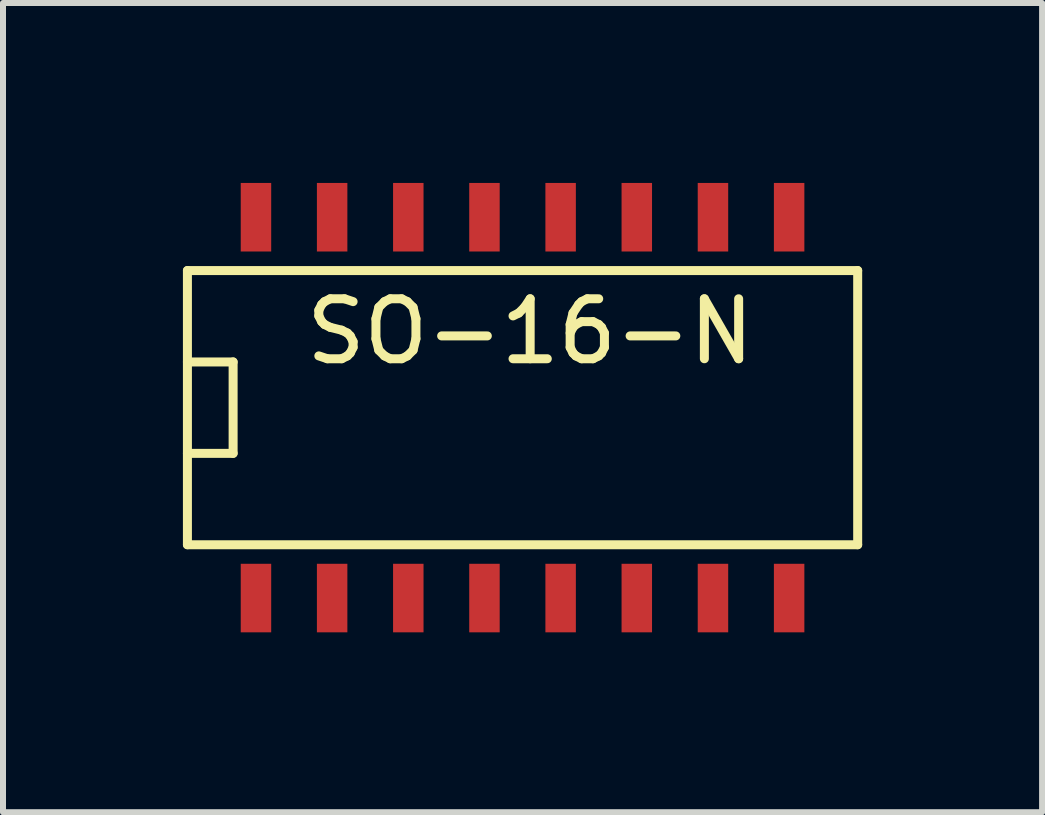
<source format=kicad_pcb>
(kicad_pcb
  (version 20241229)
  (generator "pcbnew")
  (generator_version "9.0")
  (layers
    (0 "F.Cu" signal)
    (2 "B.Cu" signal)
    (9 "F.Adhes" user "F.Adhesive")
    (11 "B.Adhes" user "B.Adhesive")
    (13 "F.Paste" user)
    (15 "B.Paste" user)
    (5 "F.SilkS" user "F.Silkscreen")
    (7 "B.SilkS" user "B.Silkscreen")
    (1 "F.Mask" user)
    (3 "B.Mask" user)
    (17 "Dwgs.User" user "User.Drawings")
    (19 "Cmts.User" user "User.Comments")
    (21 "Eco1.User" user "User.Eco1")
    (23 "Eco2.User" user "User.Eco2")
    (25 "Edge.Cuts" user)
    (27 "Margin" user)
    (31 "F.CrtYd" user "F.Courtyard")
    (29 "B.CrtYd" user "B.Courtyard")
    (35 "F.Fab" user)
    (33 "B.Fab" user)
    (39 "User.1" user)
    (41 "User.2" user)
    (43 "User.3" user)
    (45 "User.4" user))
  (footprint "SO-16-N"
    (layer "F.Cu")
    (at 5.663 3.747)
    (property "Reference" "SO-16-N" (at 0.127 -1.27 0) (layer "F.SilkS") (effects (font (size 1 1) (thickness 0.15))))
    (attr smd)
    (fp_line (start -5.588 -2.286) (end 5.588 -2.286) (stroke (width 0.15) (type solid)) (layer "F.SilkS"))
    (fp_line (start -5.588 -0.762) (end -4.826 -0.762) (stroke (width 0.15) (type solid)) (layer "F.SilkS"))
    (fp_line (start -5.588 2.286) (end -5.588 -2.286) (stroke (width 0.15) (type solid)) (layer "F.SilkS"))
    (fp_line (start -4.826 -0.762) (end -4.826 0.762) (stroke (width 0.15) (type solid)) (layer "F.SilkS"))
    (fp_line (start -4.826 0.762) (end -5.588 0.762) (stroke (width 0.15) (type solid)) (layer "F.SilkS"))
    (fp_line (start 5.588 -2.286) (end 5.588 2.286) (stroke (width 0.15) (type solid)) (layer "F.SilkS"))
    (fp_line (start 5.588 2.286) (end -5.588 2.286) (stroke (width 0.15) (type solid)) (layer "F.SilkS"))
    (pad "1" smd rect (at -4.445 3.175) (size 0.508 1.143) (layers "F.Cu" "F.Mask" "F.Paste"))
    (pad "2" smd rect (at -3.175 3.175) (size 0.508 1.143) (layers "F.Cu" "F.Mask" "F.Paste"))
    (pad "3" smd rect (at -1.905 3.175) (size 0.508 1.143) (layers "F.Cu" "F.Mask" "F.Paste"))
    (pad "4" smd rect (at -0.635 3.175) (size 0.508 1.143) (layers "F.Cu" "F.Mask" "F.Paste"))
    (pad "5" smd rect (at 0.635 3.175) (size 0.508 1.143) (layers "F.Cu" "F.Mask" "F.Paste"))
    (pad "6" smd rect (at 1.905 3.175) (size 0.508 1.143) (layers "F.Cu" "F.Mask" "F.Paste"))
    (pad "7" smd rect (at 3.175 3.175) (size 0.508 1.143) (layers "F.Cu" "F.Mask" "F.Paste"))
    (pad "8" smd rect (at 4.445 3.175) (size 0.508 1.143) (layers "F.Cu" "F.Mask" "F.Paste"))
    (pad "9" smd rect (at 4.445 -3.175) (size 0.508 1.143) (layers "F.Cu" "F.Mask" "F.Paste"))
    (pad "10" smd rect (at 3.175 -3.175) (size 0.508 1.143) (layers "F.Cu" "F.Mask" "F.Paste"))
    (pad "11" smd rect (at 1.905 -3.175) (size 0.508 1.143) (layers "F.Cu" "F.Mask" "F.Paste"))
    (pad "12" smd rect (at 0.635 -3.175) (size 0.508 1.143) (layers "F.Cu" "F.Mask" "F.Paste"))
    (pad "13" smd rect (at -0.635 -3.175) (size 0.508 1.143) (layers "F.Cu" "F.Mask" "F.Paste"))
    (pad "14" smd rect (at -1.905 -3.175) (size 0.508 1.143) (layers "F.Cu" "F.Mask" "F.Paste"))
    (pad "15" smd rect (at -3.175 -3.175) (size 0.508 1.143) (layers "F.Cu" "F.Mask" "F.Paste"))
    (pad "16" smd rect (at -4.445 -3.175) (size 0.508 1.143) (layers "F.Cu" "F.Mask" "F.Paste")))
  (gr_rect
    (start -3 -3)
    (end 14.326 10.493)
    (stroke (width 0.1) (type default))
    (fill no)
    (layer "Edge.Cuts")))
</source>
